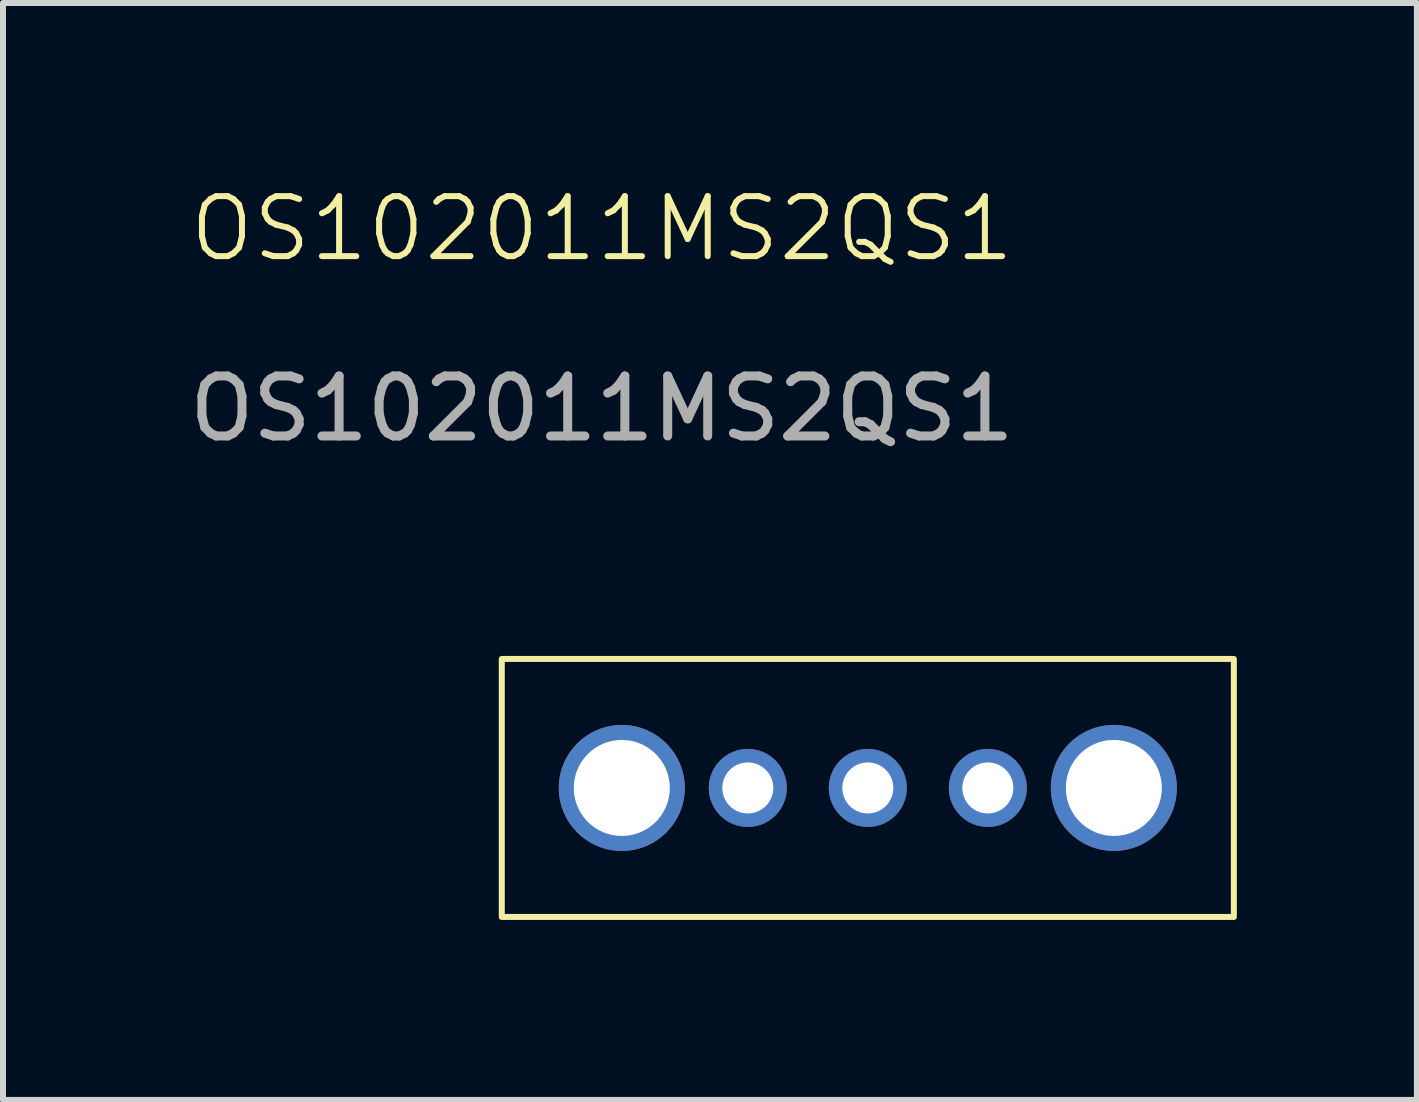
<source format=kicad_pcb>
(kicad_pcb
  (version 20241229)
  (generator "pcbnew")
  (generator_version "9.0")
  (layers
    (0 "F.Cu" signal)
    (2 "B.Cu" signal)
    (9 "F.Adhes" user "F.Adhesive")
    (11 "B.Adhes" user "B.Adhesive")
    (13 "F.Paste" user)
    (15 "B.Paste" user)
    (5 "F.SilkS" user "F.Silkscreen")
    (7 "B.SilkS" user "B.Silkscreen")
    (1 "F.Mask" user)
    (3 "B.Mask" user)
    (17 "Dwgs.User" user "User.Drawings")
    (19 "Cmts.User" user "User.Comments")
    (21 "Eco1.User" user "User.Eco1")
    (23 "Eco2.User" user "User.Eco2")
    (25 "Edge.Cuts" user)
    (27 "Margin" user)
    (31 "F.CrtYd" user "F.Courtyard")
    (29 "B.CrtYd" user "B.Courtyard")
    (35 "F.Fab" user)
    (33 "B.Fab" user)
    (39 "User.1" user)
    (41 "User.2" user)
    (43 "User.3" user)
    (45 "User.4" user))
  (footprint "OS102011MS2QS1"
    (layer "F.Cu")
    (at 7.312 10.081)
    (property "Reference" "OS102011MS2QS1" (at -0.33 -9.32 0) (unlocked yes) (layer "F.SilkS") (effects (font (size 1 1) (thickness 0.1))))
    (attr through_hole)
    (fp_rect (start -2 -2.15) (end 10.2 2.15) (stroke (width 0.1) (type default)) (fill no) (layer "F.SilkS"))
    (fp_text user "${REFERENCE}" (at -0.33 -6.32 0) (unlocked yes) (layer "F.Fab") (effects (font (size 1 1) (thickness 0.15))))
    (pad "" thru_hole circle (at 0 0) (size 2.1 2.1) (drill 1.6) (layers "*.Cu" "*.Mask"))
    (pad "" thru_hole circle (at 8.2 0) (size 2.1 2.1) (drill 1.6) (layers "*.Cu" "*.Mask"))
    (pad "1" thru_hole circle (at 2.1 0) (size 1.3 1.3) (drill 0.85) (layers "*.Cu" "*.Mask"))
    (pad "2" thru_hole circle (at 4.1 0) (size 1.3 1.3) (drill 0.85) (layers "*.Cu" "*.Mask"))
    (pad "3" thru_hole circle (at 6.1 0) (size 1.3 1.3) (drill 0.85) (layers "*.Cu" "*.Mask")))
  (gr_rect
    (start -3 -3)
    (end 20.562 15.28)
    (stroke (width 0.1) (type default))
    (fill no)
    (layer "Edge.Cuts")))
</source>
